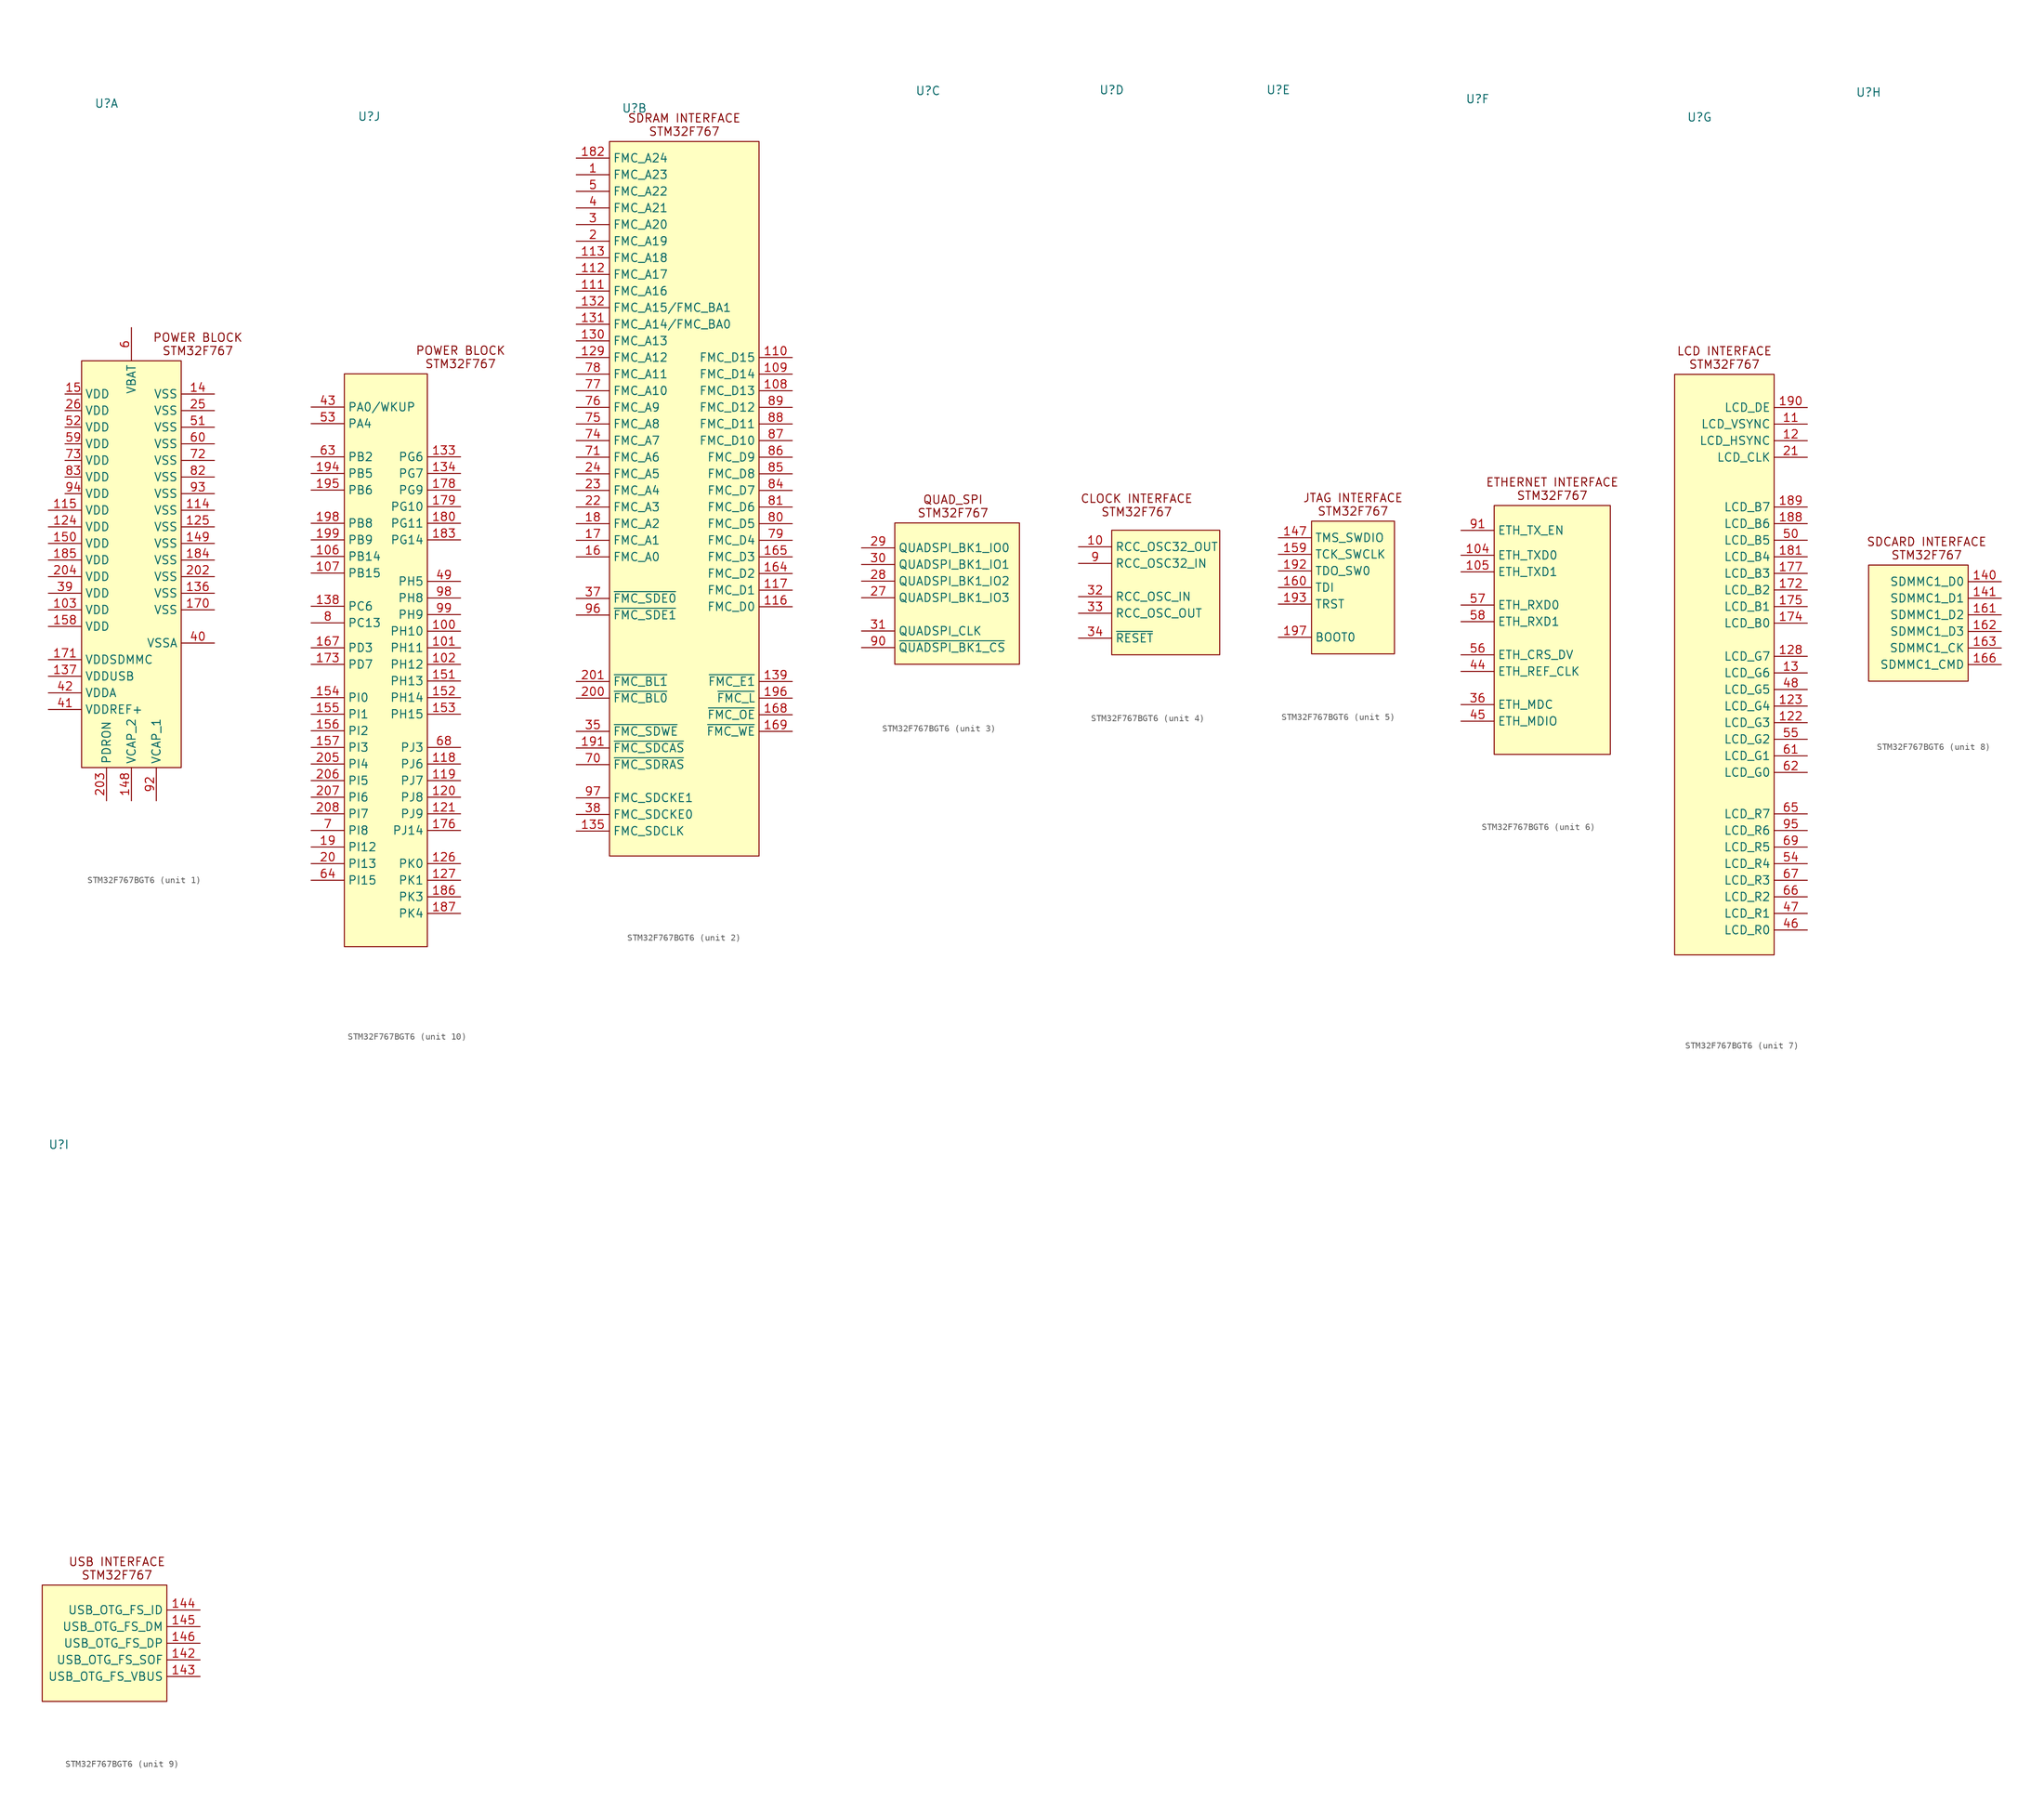
<source format=kicad_sym>
(kicad_symbol_lib
  (version 20231120)
  (generator "kicad_symbol_editor")
  (generator_version "8.0")
  (symbol "STM32F767BGT6"
    (property "Reference" "U"
      (at -11.43 74.93 0)
      (effects (font (size 1.27 1.27))))
    (property "Value" ""
      (at -7.62 -1.27 0)
      (effects (font (size 1.27 1.27))))
    (property "ki_locked" ""
      (at 0 0 0)
      (effects (font (size 1.27 1.27))))
    (symbol "STM32F767BGT6_1_1"
      (rectangle (start -15.24 35.56) (end 0 -26.67) (stroke (width 0) (type default)) (fill (type background)))
      (text "POWER BLOCK\nSTM32F767\n" (at 2.54 38.1 0) (effects (font (size 1.27 1.27))))
      (pin power_in line (at -20.32 -2.54 0) (length 5.08) (name "VDD" (effects (font (size 1.27 1.27)))) (number "103" (effects (font (size 1.27 1.27)))))
      (pin power_in line (at 5.08 12.7 180) (length 5.08) (name "VSS" (effects (font (size 1.27 1.27)))) (number "114" (effects (font (size 1.27 1.27)))))
      (pin power_in line (at -20.32 12.7 0) (length 5.08) (name "VDD" (effects (font (size 1.27 1.27)))) (number "115" (effects (font (size 1.27 1.27)))))
      (pin power_in line (at -20.32 10.16 0) (length 5.08) (name "VDD" (effects (font (size 1.27 1.27)))) (number "124" (effects (font (size 1.27 1.27)))))
      (pin power_in line (at 5.08 10.16 180) (length 5.08) (name "VSS" (effects (font (size 1.27 1.27)))) (number "125" (effects (font (size 1.27 1.27)))))
      (pin power_in line (at 5.08 0 180) (length 5.08) (name "VSS" (effects (font (size 1.27 1.27)))) (number "136" (effects (font (size 1.27 1.27)))))
      (pin power_in line (at -20.32 -12.7 0) (length 5.08) (name "VDDUSB" (effects (font (size 1.27 1.27)))) (number "137" (effects (font (size 1.27 1.27)))))
      (pin power_in line (at 5.08 30.48 180) (length 5.08) (name "VSS" (effects (font (size 1.27 1.27)))) (number "14" (effects (font (size 1.27 1.27)))))
      (pin passive line (at -7.62 -31.75 90) (length 5.08) (name "VCAP_2" (effects (font (size 1.27 1.27)))) (number "148" (effects (font (size 1.27 1.27)))))
      (pin power_in line (at 5.08 7.62 180) (length 5.08) (name "VSS" (effects (font (size 1.27 1.27)))) (number "149" (effects (font (size 1.27 1.27)))))
      (pin power_in line (at -17.78 30.48 0) (length 2.54) (name "VDD" (effects (font (size 1.27 1.27)))) (number "15" (effects (font (size 1.27 1.27)))))
      (pin power_in line (at -20.32 7.62 0) (length 5.08) (name "VDD" (effects (font (size 1.27 1.27)))) (number "150" (effects (font (size 1.27 1.27)))))
      (pin power_in line (at -20.32 -5.08 0) (length 5.08) (name "VDD" (effects (font (size 1.27 1.27)))) (number "158" (effects (font (size 1.27 1.27)))))
      (pin power_in line (at 5.08 -2.54 180) (length 5.08) (name "VSS" (effects (font (size 1.27 1.27)))) (number "170" (effects (font (size 1.27 1.27)))))
      (pin power_in line (at -20.32 -10.16 0) (length 5.08) (name "VDDSDMMC" (effects (font (size 1.27 1.27)))) (number "171" (effects (font (size 1.27 1.27)))))
      (pin power_in line (at 5.08 5.08 180) (length 5.08) (name "VSS" (effects (font (size 1.27 1.27)))) (number "184" (effects (font (size 1.27 1.27)))))
      (pin power_in line (at -20.32 5.08 0) (length 5.08) (name "VDD" (effects (font (size 1.27 1.27)))) (number "185" (effects (font (size 1.27 1.27)))))
      (pin power_in line (at 5.08 2.54 180) (length 5.08) (name "VSS" (effects (font (size 1.27 1.27)))) (number "202" (effects (font (size 1.27 1.27)))))
      (pin passive line (at -11.43 -31.75 90) (length 5.08) (name "PDRON" (effects (font (size 1.27 1.27)))) (number "203" (effects (font (size 1.27 1.27)))))
      (pin power_in line (at -20.32 2.54 0) (length 5.08) (name "VDD" (effects (font (size 1.27 1.27)))) (number "204" (effects (font (size 1.27 1.27)))))
      (pin power_in line (at 5.08 27.94 180) (length 5.08) (name "VSS" (effects (font (size 1.27 1.27)))) (number "25" (effects (font (size 1.27 1.27)))))
      (pin power_in line (at -17.78 27.94 0) (length 2.54) (name "VDD" (effects (font (size 1.27 1.27)))) (number "26" (effects (font (size 1.27 1.27)))))
      (pin power_in line (at -20.32 0 0) (length 5.08) (name "VDD" (effects (font (size 1.27 1.27)))) (number "39" (effects (font (size 1.27 1.27)))))
      (pin power_in line (at 5.08 -7.62 180) (length 5.08) (name "VSSA" (effects (font (size 1.27 1.27)))) (number "40" (effects (font (size 1.27 1.27)))))
      (pin power_in line (at -20.32 -17.78 0) (length 5.08) (name "VDDREF+" (effects (font (size 1.27 1.27)))) (number "41" (effects (font (size 1.27 1.27)))))
      (pin power_in line (at -20.32 -15.24 0) (length 5.08) (name "VDDA" (effects (font (size 1.27 1.27)))) (number "42" (effects (font (size 1.27 1.27)))))
      (pin power_in line (at 5.08 25.4 180) (length 5.08) (name "VSS" (effects (font (size 1.27 1.27)))) (number "51" (effects (font (size 1.27 1.27)))))
      (pin power_in line (at -17.78 25.4 0) (length 2.54) (name "VDD" (effects (font (size 1.27 1.27)))) (number "52" (effects (font (size 1.27 1.27)))))
      (pin power_in line (at -17.78 22.86 0) (length 2.54) (name "VDD" (effects (font (size 1.27 1.27)))) (number "59" (effects (font (size 1.27 1.27)))))
      (pin power_in line (at -7.62 40.64 270) (length 5.08) (name "VBAT" (effects (font (size 1.27 1.27)))) (number "6" (effects (font (size 1.27 1.27)))))
      (pin power_in line (at 5.08 22.86 180) (length 5.08) (name "VSS" (effects (font (size 1.27 1.27)))) (number "60" (effects (font (size 1.27 1.27)))))
      (pin power_in line (at 5.08 20.32 180) (length 5.08) (name "VSS" (effects (font (size 1.27 1.27)))) (number "72" (effects (font (size 1.27 1.27)))))
      (pin power_in line (at -17.78 20.32 0) (length 2.54) (name "VDD" (effects (font (size 1.27 1.27)))) (number "73" (effects (font (size 1.27 1.27)))))
      (pin power_in line (at 5.08 17.78 180) (length 5.08) (name "VSS" (effects (font (size 1.27 1.27)))) (number "82" (effects (font (size 1.27 1.27)))))
      (pin power_in line (at -17.78 17.78 0) (length 2.54) (name "VDD" (effects (font (size 1.27 1.27)))) (number "83" (effects (font (size 1.27 1.27)))))
      (pin passive line (at -3.81 -31.75 90) (length 5.08) (name "VCAP_1" (effects (font (size 1.27 1.27)))) (number "92" (effects (font (size 1.27 1.27)))))
      (pin power_in line (at 5.08 15.24 180) (length 5.08) (name "VSS" (effects (font (size 1.27 1.27)))) (number "93" (effects (font (size 1.27 1.27)))))
      (pin power_in line (at -17.78 15.24 0) (length 2.54) (name "VDD" (effects (font (size 1.27 1.27)))) (number "94" (effects (font (size 1.27 1.27))))))
    (symbol "STM32F767BGT6_2_1"
      (rectangle (start -15.24 69.85) (end 7.62 -39.37) (stroke (width 0) (type default)) (fill (type background)))
      (text "SDRAM INTERFACE\nSTM32F767" (at -3.81 72.39 0) (effects (font (size 1.27 1.27))))
      (pin bidirectional line (at -20.32 64.77 0) (length 5.08) (name "FMC_A23" (effects (font (size 1.27 1.27)))) (number "1" (effects (font (size 1.27 1.27)))) (alternate "PE2" bidirectional line))
      (pin bidirectional line (at 12.7 31.75 180) (length 5.08) (name "FMC_D13" (effects (font (size 1.27 1.27)))) (number "108" (effects (font (size 1.27 1.27)))) (alternate "PD8" bidirectional line))
      (pin bidirectional line (at 12.7 34.29 180) (length 5.08) (name "FMC_D14" (effects (font (size 1.27 1.27)))) (number "109" (effects (font (size 1.27 1.27)))) (alternate "PD9" bidirectional line))
      (pin bidirectional line (at 12.7 36.83 180) (length 5.08) (name "FMC_D15" (effects (font (size 1.27 1.27)))) (number "110" (effects (font (size 1.27 1.27)))) (alternate "PD10" bidirectional line))
      (pin bidirectional line (at -20.32 46.99 0) (length 5.08) (name "FMC_A16" (effects (font (size 1.27 1.27)))) (number "111" (effects (font (size 1.27 1.27)))) (alternate "PD11" bidirectional line))
      (pin bidirectional line (at -20.32 49.53 0) (length 5.08) (name "FMC_A17" (effects (font (size 1.27 1.27)))) (number "112" (effects (font (size 1.27 1.27)))) (alternate "PD12" bidirectional line))
      (pin bidirectional line (at -20.32 52.07 0) (length 5.08) (name "FMC_A18" (effects (font (size 1.27 1.27)))) (number "113" (effects (font (size 1.27 1.27)))) (alternate "PD13" bidirectional line))
      (pin bidirectional line (at 12.7 -1.27 180) (length 5.08) (name "FMC_D0" (effects (font (size 1.27 1.27)))) (number "116" (effects (font (size 1.27 1.27)))) (alternate "PD14" bidirectional line))
      (pin bidirectional line (at 12.7 1.27 180) (length 5.08) (name "FMC_D1" (effects (font (size 1.27 1.27)))) (number "117" (effects (font (size 1.27 1.27)))) (alternate "PD15" bidirectional line))
      (pin bidirectional line (at -20.32 36.83 0) (length 5.08) (name "FMC_A12" (effects (font (size 1.27 1.27)))) (number "129" (effects (font (size 1.27 1.27)))) (alternate "PG2" bidirectional line))
      (pin bidirectional line (at -20.32 39.37 0) (length 5.08) (name "FMC_A13" (effects (font (size 1.27 1.27)))) (number "130" (effects (font (size 1.27 1.27)))) (alternate "PG3" bidirectional line))
      (pin bidirectional line (at -20.32 41.91 0) (length 5.08) (name "FMC_A14/FMC_BA0" (effects (font (size 1.27 1.27)))) (number "131" (effects (font (size 1.27 1.27)))) (alternate "PG4" bidirectional line))
      (pin bidirectional line (at -20.32 44.45 0) (length 5.08) (name "FMC_A15/FMC_BA1" (effects (font (size 1.27 1.27)))) (number "132" (effects (font (size 1.27 1.27)))) (alternate "PG5" bidirectional line))
      (pin bidirectional line (at -20.32 -35.56 0) (length 5.08) (name "FMC_SDCLK" (effects (font (size 1.27 1.27)))) (number "135" (effects (font (size 1.27 1.27)))) (alternate "PG8" bidirectional line))
      (pin bidirectional line (at 12.7 -12.7 180) (length 5.08) (name "~{FMC_E1}" (effects (font (size 1.27 1.27)))) (number "139" (effects (font (size 1.27 1.27)))) (alternate "PC7" tri_state line))
      (pin bidirectional line (at -20.32 6.35 0) (length 5.08) (name "FMC_A0" (effects (font (size 1.27 1.27)))) (number "16" (effects (font (size 1.27 1.27)))) (alternate "PF0" bidirectional line))
      (pin bidirectional line (at 12.7 3.81 180) (length 5.08) (name "FMC_D2" (effects (font (size 1.27 1.27)))) (number "164" (effects (font (size 1.27 1.27)))) (alternate "PD0" bidirectional line))
      (pin bidirectional line (at 12.7 6.35 180) (length 5.08) (name "FMC_D3" (effects (font (size 1.27 1.27)))) (number "165" (effects (font (size 1.27 1.27)))) (alternate "PD1" bidirectional line))
      (pin bidirectional line (at 12.7 -17.78 180) (length 5.08) (name "~{FMC_OE}" (effects (font (size 1.27 1.27)))) (number "168" (effects (font (size 1.27 1.27)))) (alternate "PD4" bidirectional line))
      (pin bidirectional line (at 12.7 -20.32 180) (length 5.08) (name "~{FMC_WE}" (effects (font (size 1.27 1.27)))) (number "169" (effects (font (size 1.27 1.27)))) (alternate "PD5" bidirectional line))
      (pin bidirectional line (at -20.32 8.89 0) (length 5.08) (name "FMC_A1" (effects (font (size 1.27 1.27)))) (number "17" (effects (font (size 1.27 1.27)))) (alternate "PF1" bidirectional line))
      (pin bidirectional line (at -20.32 11.43 0) (length 5.08) (name "FMC_A2" (effects (font (size 1.27 1.27)))) (number "18" (effects (font (size 1.27 1.27)))) (alternate "PF2" bidirectional line))
      (pin bidirectional line (at -20.32 67.31 0) (length 5.08) (name "FMC_A24" (effects (font (size 1.27 1.27)))) (number "182" (effects (font (size 1.27 1.27)))) (alternate "PG13" bidirectional line))
      (pin bidirectional line (at -20.32 -22.86 0) (length 5.08) (name "~{FMC_SDCAS}" (effects (font (size 1.27 1.27)))) (number "191" (effects (font (size 1.27 1.27)))) (alternate "PG15" bidirectional line))
      (pin bidirectional line (at 12.7 -15.24 180) (length 5.08) (name "~{FMC_L}" (effects (font (size 1.27 1.27)))) (number "196" (effects (font (size 1.27 1.27)))) (alternate "PB7" bidirectional line))
      (pin bidirectional line (at -20.32 54.61 0) (length 5.08) (name "FMC_A19" (effects (font (size 1.27 1.27)))) (number "2" (effects (font (size 1.27 1.27)))) (alternate "PE3" bidirectional line))
      (pin bidirectional line (at -20.32 -15.24 0) (length 5.08) (name "~{FMC_BL0}" (effects (font (size 1.27 1.27)))) (number "200" (effects (font (size 1.27 1.27)))) (alternate "PE0" bidirectional line))
      (pin bidirectional line (at -20.32 -12.7 0) (length 5.08) (name "~{FMC_BL1}" (effects (font (size 1.27 1.27)))) (number "201" (effects (font (size 1.27 1.27)))) (alternate "PE1" bidirectional line))
      (pin bidirectional line (at -20.32 13.97 0) (length 5.08) (name "FMC_A3" (effects (font (size 1.27 1.27)))) (number "22" (effects (font (size 1.27 1.27)))) (alternate "PF3" tri_state line))
      (pin bidirectional line (at -20.32 16.51 0) (length 5.08) (name "FMC_A4" (effects (font (size 1.27 1.27)))) (number "23" (effects (font (size 1.27 1.27)))) (alternate "PF4" bidirectional line))
      (pin bidirectional line (at -20.32 19.05 0) (length 5.08) (name "FMC_A5" (effects (font (size 1.27 1.27)))) (number "24" (effects (font (size 1.27 1.27)))) (alternate "PF5" bidirectional line))
      (pin bidirectional line (at -20.32 57.15 0) (length 5.08) (name "FMC_A20" (effects (font (size 1.27 1.27)))) (number "3" (effects (font (size 1.27 1.27)))) (alternate "PE4" bidirectional line))
      (pin bidirectional line (at -20.32 -20.32 0) (length 5.08) (name "~{FMC_SDWE}" (effects (font (size 1.27 1.27)))) (number "35" (effects (font (size 1.27 1.27)))) (alternate "PC0" bidirectional line))
      (pin bidirectional line (at -20.32 0 0) (length 5.08) (name "~{FMC_SDE0}" (effects (font (size 1.27 1.27)))) (number "37" (effects (font (size 1.27 1.27)))) (alternate "PC2" bidirectional line))
      (pin bidirectional line (at -20.32 -33.02 0) (length 5.08) (name "FMC_SDCKE0" (effects (font (size 1.27 1.27)))) (number "38" (effects (font (size 1.27 1.27)))) (alternate "PC3" bidirectional line))
      (pin bidirectional line (at -20.32 59.69 0) (length 5.08) (name "FMC_A21" (effects (font (size 1.27 1.27)))) (number "4" (effects (font (size 1.27 1.27)))) (alternate "PE5" bidirectional line))
      (pin bidirectional line (at -20.32 62.23 0) (length 5.08) (name "FMC_A22" (effects (font (size 1.27 1.27)))) (number "5" (effects (font (size 1.27 1.27)))) (alternate "PE6" bidirectional line))
      (pin bidirectional line (at -20.32 -25.4 0) (length 5.08) (name "~{FMC_SDRAS}" (effects (font (size 1.27 1.27)))) (number "70" (effects (font (size 1.27 1.27)))) (alternate "PF11" bidirectional line))
      (pin bidirectional line (at -20.32 21.59 0) (length 5.08) (name "FMC_A6" (effects (font (size 1.27 1.27)))) (number "71" (effects (font (size 1.27 1.27)))) (alternate "PF12" bidirectional line))
      (pin bidirectional line (at -20.32 24.13 0) (length 5.08) (name "FMC_A7" (effects (font (size 1.27 1.27)))) (number "74" (effects (font (size 1.27 1.27)))) (alternate "PF13" bidirectional line))
      (pin bidirectional line (at -20.32 26.67 0) (length 5.08) (name "FMC_A8" (effects (font (size 1.27 1.27)))) (number "75" (effects (font (size 1.27 1.27)))) (alternate "PF14" bidirectional line))
      (pin bidirectional line (at -20.32 29.21 0) (length 5.08) (name "FMC_A9" (effects (font (size 1.27 1.27)))) (number "76" (effects (font (size 1.27 1.27)))) (alternate "PF15" bidirectional line))
      (pin bidirectional line (at -20.32 31.75 0) (length 5.08) (name "FMC_A10" (effects (font (size 1.27 1.27)))) (number "77" (effects (font (size 1.27 1.27)))) (alternate "PG0" bidirectional line))
      (pin bidirectional line (at -20.32 34.29 0) (length 5.08) (name "FMC_A11" (effects (font (size 1.27 1.27)))) (number "78" (effects (font (size 1.27 1.27)))) (alternate "PG1" bidirectional line))
      (pin bidirectional line (at 12.7 8.89 180) (length 5.08) (name "FMC_D4" (effects (font (size 1.27 1.27)))) (number "79" (effects (font (size 1.27 1.27)))) (alternate "PE7" bidirectional line))
      (pin bidirectional line (at 12.7 11.43 180) (length 5.08) (name "FMC_D5" (effects (font (size 1.27 1.27)))) (number "80" (effects (font (size 1.27 1.27)))) (alternate "PE8" bidirectional line))
      (pin bidirectional line (at 12.7 13.97 180) (length 5.08) (name "FMC_D6" (effects (font (size 1.27 1.27)))) (number "81" (effects (font (size 1.27 1.27)))) (alternate "PE9" bidirectional line))
      (pin bidirectional line (at 12.7 16.51 180) (length 5.08) (name "FMC_D7" (effects (font (size 1.27 1.27)))) (number "84" (effects (font (size 1.27 1.27)))) (alternate "PE10" bidirectional line))
      (pin bidirectional line (at 12.7 19.05 180) (length 5.08) (name "FMC_D8" (effects (font (size 1.27 1.27)))) (number "85" (effects (font (size 1.27 1.27)))) (alternate "PE11" bidirectional line))
      (pin bidirectional line (at 12.7 21.59 180) (length 5.08) (name "FMC_D9" (effects (font (size 1.27 1.27)))) (number "86" (effects (font (size 1.27 1.27)))) (alternate "PE12" bidirectional line))
      (pin bidirectional line (at 12.7 24.13 180) (length 5.08) (name "FMC_D10" (effects (font (size 1.27 1.27)))) (number "87" (effects (font (size 1.27 1.27)))) (alternate "PE13" bidirectional line))
      (pin bidirectional line (at 12.7 26.67 180) (length 5.08) (name "FMC_D11" (effects (font (size 1.27 1.27)))) (number "88" (effects (font (size 1.27 1.27)))) (alternate "PE14" bidirectional line))
      (pin bidirectional line (at 12.7 29.21 180) (length 5.08) (name "FMC_D12" (effects (font (size 1.27 1.27)))) (number "89" (effects (font (size 1.27 1.27)))) (alternate "PE15" bidirectional line))
      (pin bidirectional line (at -20.32 -2.54 0) (length 5.08) (name "~{FMC_SDE1}" (effects (font (size 1.27 1.27)))) (number "96" (effects (font (size 1.27 1.27)))) (alternate "PH6" bidirectional line))
      (pin bidirectional line (at -20.32 -30.48 0) (length 5.08) (name "FMC_SDCKE1" (effects (font (size 1.27 1.27)))) (number "97" (effects (font (size 1.27 1.27)))) (alternate "PH7" bidirectional line)))
    (symbol "STM32F767BGT6_3_1"
      (rectangle (start -16.51 8.89) (end 2.54 -12.7) (stroke (width 0) (type default)) (fill (type background)))
      (text "QUAD_SPI\nSTM32F767" (at -7.62 11.43 0) (effects (font (size 1.27 1.27))))
      (pin bidirectional line (at -21.59 -2.54 0) (length 5.08) (name "QUADSPI_BK1_IO3" (effects (font (size 1.27 1.27)))) (number "27" (effects (font (size 1.27 1.27)))) (alternate "PF6" bidirectional line))
      (pin bidirectional line (at -21.59 0 0) (length 5.08) (name "QUADSPI_BK1_IO2" (effects (font (size 1.27 1.27)))) (number "28" (effects (font (size 1.27 1.27)))) (alternate "PF7" bidirectional line))
      (pin bidirectional line (at -21.59 5.08 0) (length 5.08) (name "QUADSPI_BK1_IO0" (effects (font (size 1.27 1.27)))) (number "29" (effects (font (size 1.27 1.27)))) (alternate "PF8" bidirectional line))
      (pin bidirectional line (at -21.59 2.54 0) (length 5.08) (name "QUADSPI_BK1_IO1" (effects (font (size 1.27 1.27)))) (number "30" (effects (font (size 1.27 1.27)))) (alternate "PF9" bidirectional line))
      (pin bidirectional line (at -21.59 -7.62 0) (length 5.08) (name "QUADSPI_CLK" (effects (font (size 1.27 1.27)))) (number "31" (effects (font (size 1.27 1.27)))) (alternate "PF10" bidirectional line))
      (pin bidirectional line (at -21.59 -10.16 0) (length 5.08) (name "~{QUADSPI_BK1_CS}" (effects (font (size 1.27 1.27)))) (number "90" (effects (font (size 1.27 1.27)))) (alternate "PB10" bidirectional line)))
    (symbol "STM32F767BGT6_4_1"
      (rectangle (start -11.43 7.62) (end 5.08 -11.43) (stroke (width 0) (type default)) (fill (type background)))
      (text "CLOCK INTERFACE\nSTM32F767" (at -7.62 11.43 0) (effects (font (size 1.27 1.27))))
      (pin output line (at -16.51 5.08 0) (length 5.08) (name "RCC_OSC32_OUT" (effects (font (size 1.27 1.27)))) (number "10" (effects (font (size 1.27 1.27)))) (alternate "PC15" tri_state line))
      (pin input line (at -16.51 -2.54 0) (length 5.08) (name "RCC_OSC_IN" (effects (font (size 1.27 1.27)))) (number "32" (effects (font (size 1.27 1.27)))) (alternate "PH0" tri_state line))
      (pin output line (at -16.51 -5.08 0) (length 5.08) (name "RCC_OSC_OUT" (effects (font (size 1.27 1.27)))) (number "33" (effects (font (size 1.27 1.27)))) (alternate "PH1" tri_state line))
      (pin input line (at -16.51 -8.89 0) (length 5.08) (name "~{RESET}" (effects (font (size 1.27 1.27)))) (number "34" (effects (font (size 1.27 1.27)))) (alternate "PH0" tri_state line))
      (pin input line (at -16.51 2.54 0) (length 5.08) (name "RCC_OSC32_IN" (effects (font (size 1.27 1.27)))) (number "9" (effects (font (size 1.27 1.27)))) (alternate "PC14" tri_state line)))
    (symbol "STM32F767BGT6_5_1"
      (rectangle (start -6.35 8.89) (end 6.35 -11.43) (stroke (width 0) (type default)) (fill (type background)))
      (text "JTAG INTERFACE\nSTM32F767" (at 0 11.43 0) (effects (font (size 1.27 1.27))))
      (pin bidirectional line (at -11.43 6.35 0) (length 5.08) (name "TMS_SWDIO" (effects (font (size 1.27 1.27)))) (number "147" (effects (font (size 1.27 1.27)))) (alternate "PA13" bidirectional line))
      (pin input line (at -11.43 3.81 0) (length 5.08) (name "TCK_SWCLK" (effects (font (size 1.27 1.27)))) (number "159" (effects (font (size 1.27 1.27)))) (alternate "PA14" bidirectional line))
      (pin input line (at -11.43 -1.27 0) (length 5.08) (name "TDI" (effects (font (size 1.27 1.27)))) (number "160" (effects (font (size 1.27 1.27)))) (alternate "PA15" bidirectional line))
      (pin bidirectional line (at -11.43 1.27 0) (length 5.08) (name "TDO_SW0" (effects (font (size 1.27 1.27)))) (number "192" (effects (font (size 1.27 1.27)))) (alternate "PB3" bidirectional line))
      (pin input line (at -11.43 -3.81 0) (length 5.08) (name "TRST" (effects (font (size 1.27 1.27)))) (number "193" (effects (font (size 1.27 1.27)))) (alternate "PB4" bidirectional line))
      (pin input line (at -11.43 -8.89 0) (length 5.08) (name "BOOT0" (effects (font (size 1.27 1.27)))) (number "197" (effects (font (size 1.27 1.27))))))
    (symbol "STM32F767BGT6_6_1"
      (rectangle (start -8.89 12.7) (end 8.89 -25.4) (stroke (width 0) (type default)) (fill (type background)))
      (text "ETHERNET INTERFACE\nSTM32F767" (at 0 15.24 0) (effects (font (size 1.27 1.27))))
      (pin output line (at -13.97 5.08 0) (length 5.08) (name "ETH_TXD0" (effects (font (size 1.27 1.27)))) (number "104" (effects (font (size 1.27 1.27)))) (alternate "PB12" bidirectional line))
      (pin output line (at -13.97 2.54 0) (length 5.08) (name "ETH_TXD1" (effects (font (size 1.27 1.27)))) (number "105" (effects (font (size 1.27 1.27)))) (alternate "PB13" bidirectional line))
      (pin output line (at -13.97 -17.78 0) (length 5.08) (name "ETH_MDC" (effects (font (size 1.27 1.27)))) (number "36" (effects (font (size 1.27 1.27)))) (alternate "PC1" bidirectional line))
      (pin input line (at -13.97 -12.7 0) (length 5.08) (name "ETH_REF_CLK" (effects (font (size 1.27 1.27)))) (number "44" (effects (font (size 1.27 1.27)))) (alternate "PA1" bidirectional line))
      (pin bidirectional line (at -13.97 -20.32 0) (length 5.08) (name "ETH_MDIO" (effects (font (size 1.27 1.27)))) (number "45" (effects (font (size 1.27 1.27)))) (alternate "PA2" bidirectional line))
      (pin output line (at -13.97 -10.16 0) (length 5.08) (name "ETH_CRS_DV" (effects (font (size 1.27 1.27)))) (number "56" (effects (font (size 1.27 1.27)))) (alternate "PA7" bidirectional line))
      (pin input line (at -13.97 -2.54 0) (length 5.08) (name "ETH_RXD0" (effects (font (size 1.27 1.27)))) (number "57" (effects (font (size 1.27 1.27)))) (alternate "PC4" bidirectional line))
      (pin input line (at -13.97 -5.08 0) (length 5.08) (name "ETH_RXD1" (effects (font (size 1.27 1.27)))) (number "58" (effects (font (size 1.27 1.27)))) (alternate "PC5" bidirectional line))
      (pin output line (at -13.97 8.89 0) (length 5.08) (name "ETH_TX_EN" (effects (font (size 1.27 1.27)))) (number "91" (effects (font (size 1.27 1.27)))) (alternate "PB11" bidirectional line)))
    (symbol "STM32F767BGT6_7_1"
      (rectangle (start -15.24 35.56) (end 0 -53.34) (stroke (width 0) (type default)) (fill (type background)))
      (text "LCD INTERFACE\nSTM32F767\n" (at -7.62 38.1 0) (effects (font (size 1.27 1.27))))
      (pin output line (at 5.08 27.94 180) (length 5.08) (name "LCD_VSYNC" (effects (font (size 1.27 1.27)))) (number "11" (effects (font (size 1.27 1.27)))) (alternate "PI9" bidirectional line))
      (pin output line (at 5.08 25.4 180) (length 5.08) (name "LCD_HSYNC" (effects (font (size 1.27 1.27)))) (number "12" (effects (font (size 1.27 1.27)))) (alternate "PI10" bidirectional line))
      (pin output line (at 5.08 -17.78 180) (length 5.08) (name "LCD_G3" (effects (font (size 1.27 1.27)))) (number "122" (effects (font (size 1.27 1.27)))) (alternate "PJ10" bidirectional line))
      (pin output line (at 5.08 -15.24 180) (length 5.08) (name "LCD_G4" (effects (font (size 1.27 1.27)))) (number "123" (effects (font (size 1.27 1.27)))) (alternate "PJ11" bidirectional line))
      (pin output line (at 5.08 -7.62 180) (length 5.08) (name "LCD_G7" (effects (font (size 1.27 1.27)))) (number "128" (effects (font (size 1.27 1.27)))) (alternate "PK2" bidirectional line))
      (pin output line (at 5.08 -10.16 180) (length 5.08) (name "LCD_G6" (effects (font (size 1.27 1.27)))) (number "13" (effects (font (size 1.27 1.27)))) (alternate "PI11" bidirectional line))
      (pin output line (at 5.08 2.54 180) (length 5.08) (name "LCD_B2" (effects (font (size 1.27 1.27)))) (number "172" (effects (font (size 1.27 1.27)))) (alternate "PD6" bidirectional line))
      (pin output line (at 5.08 -2.54 180) (length 5.08) (name "LCD_B0" (effects (font (size 1.27 1.27)))) (number "174" (effects (font (size 1.27 1.27)))) (alternate "PJ12" bidirectional line))
      (pin output line (at 5.08 0 180) (length 5.08) (name "LCD_B1" (effects (font (size 1.27 1.27)))) (number "175" (effects (font (size 1.27 1.27)))) (alternate "PJ13" bidirectional line))
      (pin output line (at 5.08 5.08 180) (length 5.08) (name "LCD_B3" (effects (font (size 1.27 1.27)))) (number "177" (effects (font (size 1.27 1.27)))) (alternate "PJ15" bidirectional line))
      (pin output line (at 5.08 7.62 180) (length 5.08) (name "LCD_B4" (effects (font (size 1.27 1.27)))) (number "181" (effects (font (size 1.27 1.27)))) (alternate "PG12" bidirectional line))
      (pin output line (at 5.08 12.7 180) (length 5.08) (name "LCD_B6" (effects (font (size 1.27 1.27)))) (number "188" (effects (font (size 1.27 1.27)))) (alternate "PK5" bidirectional line))
      (pin output line (at 5.08 15.24 180) (length 5.08) (name "LCD_B7" (effects (font (size 1.27 1.27)))) (number "189" (effects (font (size 1.27 1.27)))) (alternate "PK6" bidirectional line))
      (pin output line (at 5.08 30.48 180) (length 5.08) (name "LCD_DE" (effects (font (size 1.27 1.27)))) (number "190" (effects (font (size 1.27 1.27)))) (alternate "PK7" bidirectional line))
      (pin output line (at 5.08 22.86 180) (length 5.08) (name "LCD_CLK" (effects (font (size 1.27 1.27)))) (number "21" (effects (font (size 1.27 1.27)))) (alternate "PI14" bidirectional line))
      (pin output line (at 5.08 -49.53 180) (length 5.08) (name "LCD_R0" (effects (font (size 1.27 1.27)))) (number "46" (effects (font (size 1.27 1.27)))) (alternate "PH2" bidirectional line))
      (pin output line (at 5.08 -46.99 180) (length 5.08) (name "LCD_R1" (effects (font (size 1.27 1.27)))) (number "47" (effects (font (size 1.27 1.27)))) (alternate "PH3" bidirectional line))
      (pin output line (at 5.08 -12.7 180) (length 5.08) (name "LCD_G5" (effects (font (size 1.27 1.27)))) (number "48" (effects (font (size 1.27 1.27)))) (alternate "PH4" bidirectional line))
      (pin output line (at 5.08 10.16 180) (length 5.08) (name "LCD_B5" (effects (font (size 1.27 1.27)))) (number "50" (effects (font (size 1.27 1.27)))) (alternate "PA3" bidirectional line))
      (pin output line (at 5.08 -39.37 180) (length 5.08) (name "LCD_R4" (effects (font (size 1.27 1.27)))) (number "54" (effects (font (size 1.27 1.27)))) (alternate "PA5" bidirectional line))
      (pin output line (at 5.08 -20.32 180) (length 5.08) (name "LCD_G2" (effects (font (size 1.27 1.27)))) (number "55" (effects (font (size 1.27 1.27)))) (alternate "PA6" bidirectional line))
      (pin output line (at 5.08 -22.86 180) (length 5.08) (name "LCD_G1" (effects (font (size 1.27 1.27)))) (number "61" (effects (font (size 1.27 1.27)))) (alternate "PB0" bidirectional line))
      (pin output line (at 5.08 -25.4 180) (length 5.08) (name "LCD_G0" (effects (font (size 1.27 1.27)))) (number "62" (effects (font (size 1.27 1.27)))) (alternate "PB1" bidirectional line))
      (pin output line (at 5.08 -31.75 180) (length 5.08) (name "LCD_R7" (effects (font (size 1.27 1.27)))) (number "65" (effects (font (size 1.27 1.27)))) (alternate "PJ0" bidirectional line))
      (pin output line (at 5.08 -44.45 180) (length 5.08) (name "LCD_R2" (effects (font (size 1.27 1.27)))) (number "66" (effects (font (size 1.27 1.27)))) (alternate "PJ1" bidirectional line))
      (pin output line (at 5.08 -41.91 180) (length 5.08) (name "LCD_R3" (effects (font (size 1.27 1.27)))) (number "67" (effects (font (size 1.27 1.27)))) (alternate "PJ2" bidirectional line))
      (pin output line (at 5.08 -36.83 180) (length 5.08) (name "LCD_R5" (effects (font (size 1.27 1.27)))) (number "69" (effects (font (size 1.27 1.27)))) (alternate "PJ4" bidirectional line))
      (pin output line (at 5.08 -34.29 180) (length 5.08) (name "LCD_R6" (effects (font (size 1.27 1.27)))) (number "95" (effects (font (size 1.27 1.27)))) (alternate "PJ5" bidirectional line)))
    (symbol "STM32F767BGT6_8_1"
      (rectangle (start -11.43 2.54) (end 3.81 -15.24) (stroke (width 0) (type default)) (fill (type background)))
      (text "SDCARD INTERFACE\nSTM32F767" (at -2.54 5.08 0) (effects (font (size 1.27 1.27))))
      (pin bidirectional line (at 8.89 0 180) (length 5.08) (name "SDMMC1_D0" (effects (font (size 1.27 1.27)))) (number "140" (effects (font (size 1.27 1.27)))) (alternate "PC8" bidirectional line))
      (pin bidirectional line (at 8.89 -2.54 180) (length 5.08) (name "SDMMC1_D1" (effects (font (size 1.27 1.27)))) (number "141" (effects (font (size 1.27 1.27)))) (alternate "PC9" bidirectional line))
      (pin bidirectional line (at 8.89 -5.08 180) (length 5.08) (name "SDMMC1_D2" (effects (font (size 1.27 1.27)))) (number "161" (effects (font (size 1.27 1.27)))) (alternate "PC10" bidirectional line))
      (pin bidirectional line (at 8.89 -7.62 180) (length 5.08) (name "SDMMC1_D3" (effects (font (size 1.27 1.27)))) (number "162" (effects (font (size 1.27 1.27)))) (alternate "PC11" bidirectional line))
      (pin bidirectional line (at 8.89 -10.16 180) (length 5.08) (name "SDMMC1_CK" (effects (font (size 1.27 1.27)))) (number "163" (effects (font (size 1.27 1.27)))) (alternate "PC12" bidirectional line))
      (pin bidirectional line (at 8.89 -12.7 180) (length 5.08) (name "SDMMC1_CMD" (effects (font (size 1.27 1.27)))) (number "166" (effects (font (size 1.27 1.27)))) (alternate "PD2" bidirectional line)))
    (symbol "STM32F767BGT6_9_1"
      (rectangle (start -13.97 7.62) (end 5.08 -10.16) (stroke (width 0) (type default)) (fill (type background)))
      (text "USB INTERFACE\nSTM32F767" (at -2.54 10.16 0) (effects (font (size 1.27 1.27))))
      (pin bidirectional line (at 10.16 -3.81 180) (length 5.08) (name "USB_OTG_FS_SOF" (effects (font (size 1.27 1.27)))) (number "142" (effects (font (size 1.27 1.27)))) (alternate "PA8" bidirectional line))
      (pin bidirectional line (at 10.16 -6.35 180) (length 5.08) (name "USB_OTG_FS_VBUS" (effects (font (size 1.27 1.27)))) (number "143" (effects (font (size 1.27 1.27)))) (alternate "PA9" bidirectional line))
      (pin bidirectional line (at 10.16 3.81 180) (length 5.08) (name "USB_OTG_FS_ID" (effects (font (size 1.27 1.27)))) (number "144" (effects (font (size 1.27 1.27)))) (alternate "PA10" bidirectional line))
      (pin bidirectional line (at 10.16 1.27 180) (length 5.08) (name "USB_OTG_FS_DM" (effects (font (size 1.27 1.27)))) (number "145" (effects (font (size 1.27 1.27)))) (alternate "PA11" bidirectional line))
      (pin bidirectional line (at 10.16 -1.27 180) (length 5.08) (name "USB_OTG_FS_DP" (effects (font (size 1.27 1.27)))) (number "146" (effects (font (size 1.27 1.27)))) (alternate "PA12" bidirectional line)))
    (symbol "STM32F767BGT6_10_1"
      (rectangle (start -15.24 35.56) (end -2.54 -52.07) (stroke (width 0) (type default)) (fill (type background)))
      (text "POWER BLOCK\nSTM32F767\n" (at 2.54 38.1 0) (effects (font (size 1.27 1.27))))
      (pin bidirectional line (at 2.54 -3.81 180) (length 5.08) (name "PH10" (effects (font (size 1.27 1.27)))) (number "100" (effects (font (size 1.27 1.27)))))
      (pin bidirectional line (at 2.54 -6.35 180) (length 5.08) (name "PH11" (effects (font (size 1.27 1.27)))) (number "101" (effects (font (size 1.27 1.27)))))
      (pin bidirectional line (at 2.54 -8.89 180) (length 5.08) (name "PH12" (effects (font (size 1.27 1.27)))) (number "102" (effects (font (size 1.27 1.27)))))
      (pin bidirectional line (at -20.32 7.62 0) (length 5.08) (name "PB14" (effects (font (size 1.27 1.27)))) (number "106" (effects (font (size 1.27 1.27)))))
      (pin bidirectional line (at -20.32 5.08 0) (length 5.08) (name "PB15" (effects (font (size 1.27 1.27)))) (number "107" (effects (font (size 1.27 1.27)))))
      (pin bidirectional line (at 2.54 -24.13 180) (length 5.08) (name "PJ6" (effects (font (size 1.27 1.27)))) (number "118" (effects (font (size 1.27 1.27)))))
      (pin bidirectional line (at 2.54 -26.67 180) (length 5.08) (name "PJ7" (effects (font (size 1.27 1.27)))) (number "119" (effects (font (size 1.27 1.27)))))
      (pin bidirectional line (at 2.54 -29.21 180) (length 5.08) (name "PJ8" (effects (font (size 1.27 1.27)))) (number "120" (effects (font (size 1.27 1.27)))))
      (pin bidirectional line (at 2.54 -31.75 180) (length 5.08) (name "PJ9" (effects (font (size 1.27 1.27)))) (number "121" (effects (font (size 1.27 1.27)))))
      (pin bidirectional line (at 2.54 -39.37 180) (length 5.08) (name "PK0" (effects (font (size 1.27 1.27)))) (number "126" (effects (font (size 1.27 1.27)))))
      (pin bidirectional line (at 2.54 -41.91 180) (length 5.08) (name "PK1" (effects (font (size 1.27 1.27)))) (number "127" (effects (font (size 1.27 1.27)))))
      (pin bidirectional line (at 2.54 22.86 180) (length 5.08) (name "PG6" (effects (font (size 1.27 1.27)))) (number "133" (effects (font (size 1.27 1.27)))))
      (pin bidirectional line (at 2.54 20.32 180) (length 5.08) (name "PG7" (effects (font (size 1.27 1.27)))) (number "134" (effects (font (size 1.27 1.27)))))
      (pin bidirectional line (at -20.32 0 0) (length 5.08) (name "PC6" (effects (font (size 1.27 1.27)))) (number "138" (effects (font (size 1.27 1.27)))))
      (pin bidirectional line (at 2.54 -11.43 180) (length 5.08) (name "PH13" (effects (font (size 1.27 1.27)))) (number "151" (effects (font (size 1.27 1.27)))))
      (pin bidirectional line (at 2.54 -13.97 180) (length 5.08) (name "PH14" (effects (font (size 1.27 1.27)))) (number "152" (effects (font (size 1.27 1.27)))))
      (pin bidirectional line (at 2.54 -16.51 180) (length 5.08) (name "PH15" (effects (font (size 1.27 1.27)))) (number "153" (effects (font (size 1.27 1.27)))))
      (pin bidirectional line (at -20.32 -13.97 0) (length 5.08) (name "PI0" (effects (font (size 1.27 1.27)))) (number "154" (effects (font (size 1.27 1.27)))))
      (pin bidirectional line (at -20.32 -16.51 0) (length 5.08) (name "PI1" (effects (font (size 1.27 1.27)))) (number "155" (effects (font (size 1.27 1.27)))))
      (pin bidirectional line (at -20.32 -19.05 0) (length 5.08) (name "PI2" (effects (font (size 1.27 1.27)))) (number "156" (effects (font (size 1.27 1.27)))))
      (pin bidirectional line (at -20.32 -21.59 0) (length 5.08) (name "PI3" (effects (font (size 1.27 1.27)))) (number "157" (effects (font (size 1.27 1.27)))))
      (pin bidirectional line (at -20.32 -6.35 0) (length 5.08) (name "PD3" (effects (font (size 1.27 1.27)))) (number "167" (effects (font (size 1.27 1.27)))))
      (pin bidirectional line (at -20.32 -8.89 0) (length 5.08) (name "PD7" (effects (font (size 1.27 1.27)))) (number "173" (effects (font (size 1.27 1.27)))))
      (pin bidirectional line (at 2.54 -34.29 180) (length 5.08) (name "PJ14" (effects (font (size 1.27 1.27)))) (number "176" (effects (font (size 1.27 1.27)))))
      (pin bidirectional line (at 2.54 17.78 180) (length 5.08) (name "PG9" (effects (font (size 1.27 1.27)))) (number "178" (effects (font (size 1.27 1.27)))))
      (pin bidirectional line (at 2.54 15.24 180) (length 5.08) (name "PG10" (effects (font (size 1.27 1.27)))) (number "179" (effects (font (size 1.27 1.27)))))
      (pin bidirectional line (at 2.54 12.7 180) (length 5.08) (name "PG11" (effects (font (size 1.27 1.27)))) (number "180" (effects (font (size 1.27 1.27)))))
      (pin bidirectional line (at 2.54 10.16 180) (length 5.08) (name "PG14" (effects (font (size 1.27 1.27)))) (number "183" (effects (font (size 1.27 1.27)))))
      (pin bidirectional line (at 2.54 -44.45 180) (length 5.08) (name "PK3" (effects (font (size 1.27 1.27)))) (number "186" (effects (font (size 1.27 1.27)))))
      (pin bidirectional line (at 2.54 -46.99 180) (length 5.08) (name "PK4" (effects (font (size 1.27 1.27)))) (number "187" (effects (font (size 1.27 1.27)))))
      (pin bidirectional line (at -20.32 -36.83 0) (length 5.08) (name "PI12" (effects (font (size 1.27 1.27)))) (number "19" (effects (font (size 1.27 1.27)))))
      (pin bidirectional line (at -20.32 20.32 0) (length 5.08) (name "PB5" (effects (font (size 1.27 1.27)))) (number "194" (effects (font (size 1.27 1.27)))))
      (pin bidirectional line (at -20.32 17.78 0) (length 5.08) (name "PB6" (effects (font (size 1.27 1.27)))) (number "195" (effects (font (size 1.27 1.27)))))
      (pin bidirectional line (at -20.32 12.7 0) (length 5.08) (name "PB8" (effects (font (size 1.27 1.27)))) (number "198" (effects (font (size 1.27 1.27)))))
      (pin bidirectional line (at -20.32 10.16 0) (length 5.08) (name "PB9" (effects (font (size 1.27 1.27)))) (number "199" (effects (font (size 1.27 1.27)))))
      (pin bidirectional line (at -20.32 -39.37 0) (length 5.08) (name "PI13" (effects (font (size 1.27 1.27)))) (number "20" (effects (font (size 1.27 1.27)))))
      (pin bidirectional line (at -20.32 -24.13 0) (length 5.08) (name "PI4" (effects (font (size 1.27 1.27)))) (number "205" (effects (font (size 1.27 1.27)))))
      (pin bidirectional line (at -20.32 -26.67 0) (length 5.08) (name "PI5" (effects (font (size 1.27 1.27)))) (number "206" (effects (font (size 1.27 1.27)))))
      (pin bidirectional line (at -20.32 -29.21 0) (length 5.08) (name "PI6" (effects (font (size 1.27 1.27)))) (number "207" (effects (font (size 1.27 1.27)))))
      (pin bidirectional line (at -20.32 -31.75 0) (length 5.08) (name "PI7" (effects (font (size 1.27 1.27)))) (number "208" (effects (font (size 1.27 1.27)))))
      (pin bidirectional line (at -20.32 30.48 0) (length 5.08) (name "PA0/WKUP" (effects (font (size 1.27 1.27)))) (number "43" (effects (font (size 1.27 1.27)))))
      (pin bidirectional line (at 2.54 3.81 180) (length 5.08) (name "PH5" (effects (font (size 1.27 1.27)))) (number "49" (effects (font (size 1.27 1.27)))))
      (pin bidirectional line (at -20.32 27.94 0) (length 5.08) (name "PA4" (effects (font (size 1.27 1.27)))) (number "53" (effects (font (size 1.27 1.27)))))
      (pin bidirectional line (at -20.32 22.86 0) (length 5.08) (name "PB2" (effects (font (size 1.27 1.27)))) (number "63" (effects (font (size 1.27 1.27)))))
      (pin bidirectional line (at -20.32 -41.91 0) (length 5.08) (name "PI15" (effects (font (size 1.27 1.27)))) (number "64" (effects (font (size 1.27 1.27)))))
      (pin bidirectional line (at 2.54 -21.59 180) (length 5.08) (name "PJ3" (effects (font (size 1.27 1.27)))) (number "68" (effects (font (size 1.27 1.27)))))
      (pin bidirectional line (at -20.32 -34.29 0) (length 5.08) (name "PI8" (effects (font (size 1.27 1.27)))) (number "7" (effects (font (size 1.27 1.27)))))
      (pin bidirectional line (at -20.32 -2.54 0) (length 5.08) (name "PC13" (effects (font (size 1.27 1.27)))) (number "8" (effects (font (size 1.27 1.27)))))
      (pin bidirectional line (at 2.54 1.27 180) (length 5.08) (name "PH8" (effects (font (size 1.27 1.27)))) (number "98" (effects (font (size 1.27 1.27)))))
      (pin bidirectional line (at 2.54 -1.27 180) (length 5.08) (name "PH9" (effects (font (size 1.27 1.27)))) (number "99" (effects (font (size 1.27 1.27))))))))
</source>
